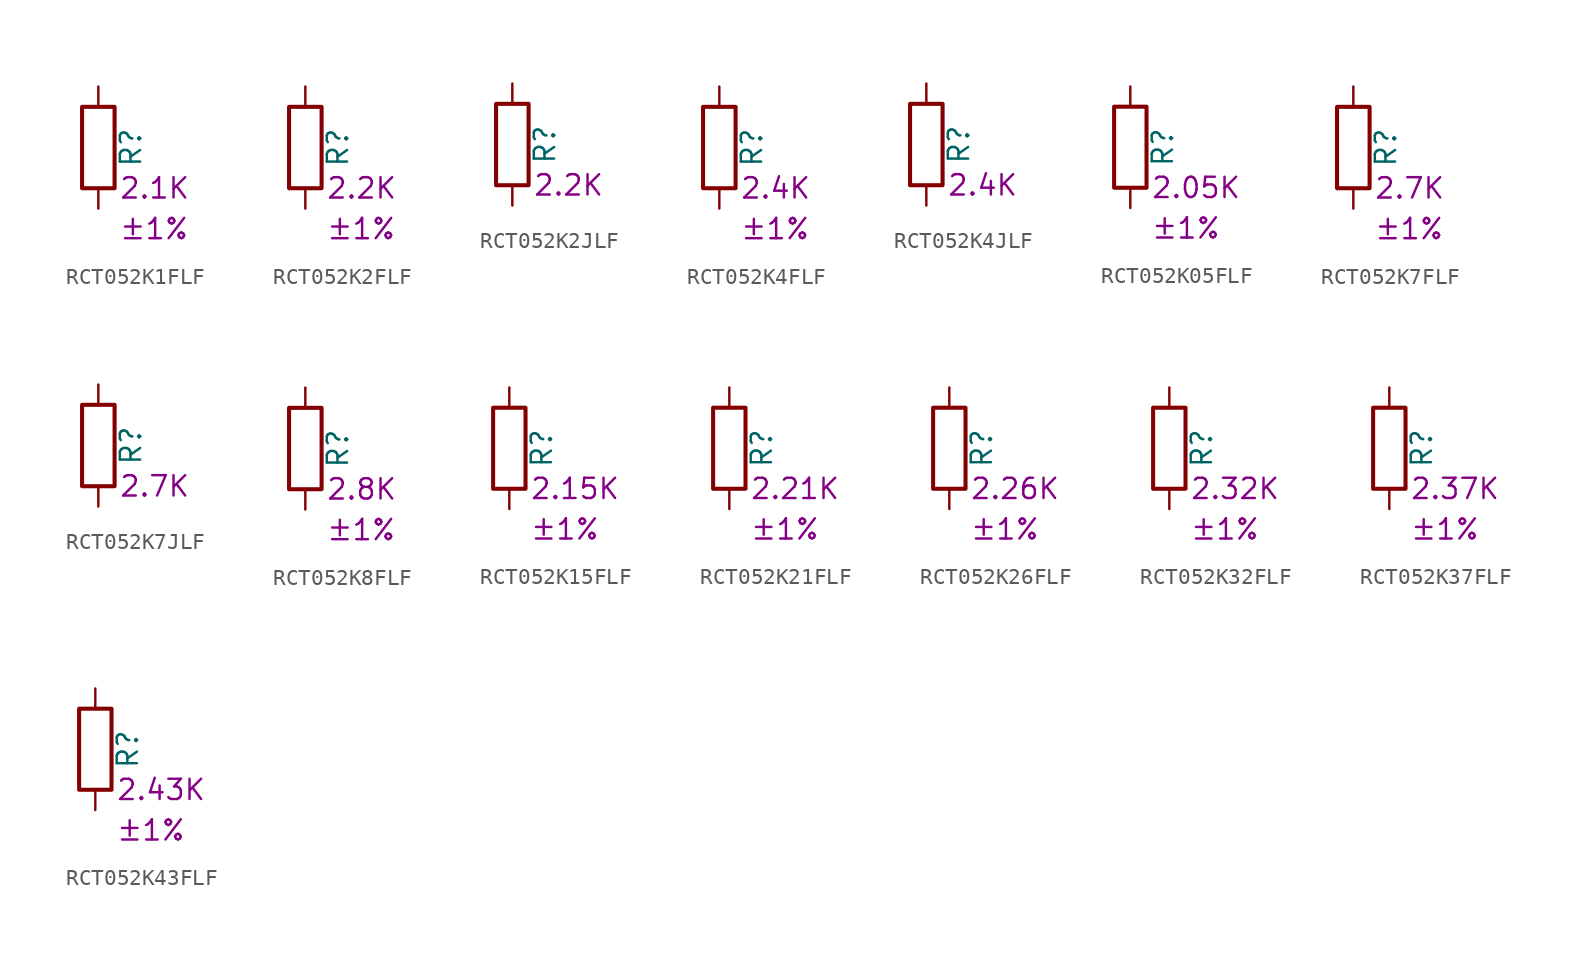
<source format=kicad_sym>
(kicad_symbol_lib
  (version 20220914)
  (generator kicad_symbol_editor)
  (symbol "RCT052K1FLF"
    (pin_numbers hide)
    (pin_names
      (offset 0))
    (property "Reference" "R"
      (at 2.032 0 90)
      (effects (font (size 1.27 1.27))))
    (property "Resistance" "2.1K"
      (at 1.27 -2.54 0)
      (effects (font (size 1.27 1.27)) (justify left)))
    (property "Tolerance" "±1%"
      (at 1.27 -5.08 0)
      (effects (font (size 1.27 1.27)) (justify left)))
    (symbol "RCT052K1FLF_0_1"
      (rectangle (start -1.016 -2.54) (end 1.016 2.54) (stroke (width 0.254) (type default)) (fill (type none))))
    (symbol "RCT052K1FLF_1_1"
      (pin passive line (at 0 3.81 270) (length 1.27) (name "~" (effects (font (size 1.27 1.27)))) (number "1" (effects (font (size 1.27 1.27)))))
      (pin passive line (at 0 -3.81 90) (length 1.27) (name "~" (effects (font (size 1.27 1.27)))) (number "2" (effects (font (size 1.27 1.27)))))))
  (symbol "RCT052K2FLF"
    (pin_numbers hide)
    (pin_names
      (offset 0))
    (property "Reference" "R"
      (at 2.032 0 90)
      (effects (font (size 1.27 1.27))))
    (property "Resistance" "2.2K"
      (at 1.27 -2.54 0)
      (effects (font (size 1.27 1.27)) (justify left)))
    (property "Tolerance" "±1%"
      (at 1.27 -5.08 0)
      (effects (font (size 1.27 1.27)) (justify left)))
    (symbol "RCT052K2FLF_0_1"
      (rectangle (start -1.016 -2.54) (end 1.016 2.54) (stroke (width 0.254) (type default)) (fill (type none))))
    (symbol "RCT052K2FLF_1_1"
      (pin passive line (at 0 3.81 270) (length 1.27) (name "~" (effects (font (size 1.27 1.27)))) (number "1" (effects (font (size 1.27 1.27)))))
      (pin passive line (at 0 -3.81 90) (length 1.27) (name "~" (effects (font (size 1.27 1.27)))) (number "2" (effects (font (size 1.27 1.27)))))))
  (symbol "RCT052K2JLF"
    (pin_numbers hide)
    (pin_names
      (offset 0))
    (property "Reference" "R"
      (at 2.032 0 90)
      (effects (font (size 1.27 1.27))))
    (property "Resistance" "2.2K"
      (at 1.27 -2.54 0)
      (effects (font (size 1.27 1.27)) (justify left)))
    (symbol "RCT052K2JLF_0_1"
      (rectangle (start -1.016 -2.54) (end 1.016 2.54) (stroke (width 0.254) (type default)) (fill (type none))))
    (symbol "RCT052K2JLF_1_1"
      (pin passive line (at 0 3.81 270) (length 1.27) (name "~" (effects (font (size 1.27 1.27)))) (number "1" (effects (font (size 1.27 1.27)))))
      (pin passive line (at 0 -3.81 90) (length 1.27) (name "~" (effects (font (size 1.27 1.27)))) (number "2" (effects (font (size 1.27 1.27)))))))
  (symbol "RCT052K4FLF"
    (pin_numbers hide)
    (pin_names
      (offset 0))
    (property "Reference" "R"
      (at 2.032 0 90)
      (effects (font (size 1.27 1.27))))
    (property "Resistance" "2.4K"
      (at 1.27 -2.54 0)
      (effects (font (size 1.27 1.27)) (justify left)))
    (property "Tolerance" "±1%"
      (at 1.27 -5.08 0)
      (effects (font (size 1.27 1.27)) (justify left)))
    (symbol "RCT052K4FLF_0_1"
      (rectangle (start -1.016 -2.54) (end 1.016 2.54) (stroke (width 0.254) (type default)) (fill (type none))))
    (symbol "RCT052K4FLF_1_1"
      (pin passive line (at 0 3.81 270) (length 1.27) (name "~" (effects (font (size 1.27 1.27)))) (number "1" (effects (font (size 1.27 1.27)))))
      (pin passive line (at 0 -3.81 90) (length 1.27) (name "~" (effects (font (size 1.27 1.27)))) (number "2" (effects (font (size 1.27 1.27)))))))
  (symbol "RCT052K4JLF"
    (pin_numbers hide)
    (pin_names
      (offset 0))
    (property "Reference" "R"
      (at 2.032 0 90)
      (effects (font (size 1.27 1.27))))
    (property "Resistance" "2.4K"
      (at 1.27 -2.54 0)
      (effects (font (size 1.27 1.27)) (justify left)))
    (symbol "RCT052K4JLF_0_1"
      (rectangle (start -1.016 -2.54) (end 1.016 2.54) (stroke (width 0.254) (type default)) (fill (type none))))
    (symbol "RCT052K4JLF_1_1"
      (pin passive line (at 0 3.81 270) (length 1.27) (name "~" (effects (font (size 1.27 1.27)))) (number "1" (effects (font (size 1.27 1.27)))))
      (pin passive line (at 0 -3.81 90) (length 1.27) (name "~" (effects (font (size 1.27 1.27)))) (number "2" (effects (font (size 1.27 1.27)))))))
  (symbol "RCT052K05FLF"
    (pin_numbers hide)
    (pin_names
      (offset 0))
    (property "Reference" "R"
      (at 2.032 0 90)
      (effects (font (size 1.27 1.27))))
    (property "Resistance" "2.05K"
      (at 1.27 -2.54 0)
      (effects (font (size 1.27 1.27)) (justify left)))
    (property "Tolerance" "±1%"
      (at 1.27 -5.08 0)
      (effects (font (size 1.27 1.27)) (justify left)))
    (symbol "RCT052K05FLF_0_1"
      (rectangle (start -1.016 -2.54) (end 1.016 2.54) (stroke (width 0.254) (type default)) (fill (type none))))
    (symbol "RCT052K05FLF_1_1"
      (pin passive line (at 0 3.81 270) (length 1.27) (name "~" (effects (font (size 1.27 1.27)))) (number "1" (effects (font (size 1.27 1.27)))))
      (pin passive line (at 0 -3.81 90) (length 1.27) (name "~" (effects (font (size 1.27 1.27)))) (number "2" (effects (font (size 1.27 1.27)))))))
  (symbol "RCT052K7FLF"
    (pin_numbers hide)
    (pin_names
      (offset 0))
    (property "Reference" "R"
      (at 2.032 0 90)
      (effects (font (size 1.27 1.27))))
    (property "Resistance" "2.7K"
      (at 1.27 -2.54 0)
      (effects (font (size 1.27 1.27)) (justify left)))
    (property "Tolerance" "±1%"
      (at 1.27 -5.08 0)
      (effects (font (size 1.27 1.27)) (justify left)))
    (symbol "RCT052K7FLF_0_1"
      (rectangle (start -1.016 -2.54) (end 1.016 2.54) (stroke (width 0.254) (type default)) (fill (type none))))
    (symbol "RCT052K7FLF_1_1"
      (pin passive line (at 0 3.81 270) (length 1.27) (name "~" (effects (font (size 1.27 1.27)))) (number "1" (effects (font (size 1.27 1.27)))))
      (pin passive line (at 0 -3.81 90) (length 1.27) (name "~" (effects (font (size 1.27 1.27)))) (number "2" (effects (font (size 1.27 1.27)))))))
  (symbol "RCT052K7JLF"
    (pin_numbers hide)
    (pin_names
      (offset 0))
    (property "Reference" "R"
      (at 2.032 0 90)
      (effects (font (size 1.27 1.27))))
    (property "Resistance" "2.7K"
      (at 1.27 -2.54 0)
      (effects (font (size 1.27 1.27)) (justify left)))
    (symbol "RCT052K7JLF_0_1"
      (rectangle (start -1.016 -2.54) (end 1.016 2.54) (stroke (width 0.254) (type default)) (fill (type none))))
    (symbol "RCT052K7JLF_1_1"
      (pin passive line (at 0 3.81 270) (length 1.27) (name "~" (effects (font (size 1.27 1.27)))) (number "1" (effects (font (size 1.27 1.27)))))
      (pin passive line (at 0 -3.81 90) (length 1.27) (name "~" (effects (font (size 1.27 1.27)))) (number "2" (effects (font (size 1.27 1.27)))))))
  (symbol "RCT052K8FLF"
    (pin_numbers hide)
    (pin_names
      (offset 0))
    (property "Reference" "R"
      (at 2.032 0 90)
      (effects (font (size 1.27 1.27))))
    (property "Resistance" "2.8K"
      (at 1.27 -2.54 0)
      (effects (font (size 1.27 1.27)) (justify left)))
    (property "Tolerance" "±1%"
      (at 1.27 -5.08 0)
      (effects (font (size 1.27 1.27)) (justify left)))
    (symbol "RCT052K8FLF_0_1"
      (rectangle (start -1.016 -2.54) (end 1.016 2.54) (stroke (width 0.254) (type default)) (fill (type none))))
    (symbol "RCT052K8FLF_1_1"
      (pin passive line (at 0 3.81 270) (length 1.27) (name "~" (effects (font (size 1.27 1.27)))) (number "1" (effects (font (size 1.27 1.27)))))
      (pin passive line (at 0 -3.81 90) (length 1.27) (name "~" (effects (font (size 1.27 1.27)))) (number "2" (effects (font (size 1.27 1.27)))))))
  (symbol "RCT052K15FLF"
    (pin_numbers hide)
    (pin_names
      (offset 0))
    (property "Reference" "R"
      (at 2.032 0 90)
      (effects (font (size 1.27 1.27))))
    (property "Resistance" "2.15K"
      (at 1.27 -2.54 0)
      (effects (font (size 1.27 1.27)) (justify left)))
    (property "Tolerance" "±1%"
      (at 1.27 -5.08 0)
      (effects (font (size 1.27 1.27)) (justify left)))
    (symbol "RCT052K15FLF_0_1"
      (rectangle (start -1.016 -2.54) (end 1.016 2.54) (stroke (width 0.254) (type default)) (fill (type none))))
    (symbol "RCT052K15FLF_1_1"
      (pin passive line (at 0 3.81 270) (length 1.27) (name "~" (effects (font (size 1.27 1.27)))) (number "1" (effects (font (size 1.27 1.27)))))
      (pin passive line (at 0 -3.81 90) (length 1.27) (name "~" (effects (font (size 1.27 1.27)))) (number "2" (effects (font (size 1.27 1.27)))))))
  (symbol "RCT052K21FLF"
    (pin_numbers hide)
    (pin_names
      (offset 0))
    (property "Reference" "R"
      (at 2.032 0 90)
      (effects (font (size 1.27 1.27))))
    (property "Resistance" "2.21K"
      (at 1.27 -2.54 0)
      (effects (font (size 1.27 1.27)) (justify left)))
    (property "Tolerance" "±1%"
      (at 1.27 -5.08 0)
      (effects (font (size 1.27 1.27)) (justify left)))
    (symbol "RCT052K21FLF_0_1"
      (rectangle (start -1.016 -2.54) (end 1.016 2.54) (stroke (width 0.254) (type default)) (fill (type none))))
    (symbol "RCT052K21FLF_1_1"
      (pin passive line (at 0 3.81 270) (length 1.27) (name "~" (effects (font (size 1.27 1.27)))) (number "1" (effects (font (size 1.27 1.27)))))
      (pin passive line (at 0 -3.81 90) (length 1.27) (name "~" (effects (font (size 1.27 1.27)))) (number "2" (effects (font (size 1.27 1.27)))))))
  (symbol "RCT052K26FLF"
    (pin_numbers hide)
    (pin_names
      (offset 0))
    (property "Reference" "R"
      (at 2.032 0 90)
      (effects (font (size 1.27 1.27))))
    (property "Resistance" "2.26K"
      (at 1.27 -2.54 0)
      (effects (font (size 1.27 1.27)) (justify left)))
    (property "Tolerance" "±1%"
      (at 1.27 -5.08 0)
      (effects (font (size 1.27 1.27)) (justify left)))
    (symbol "RCT052K26FLF_0_1"
      (rectangle (start -1.016 -2.54) (end 1.016 2.54) (stroke (width 0.254) (type default)) (fill (type none))))
    (symbol "RCT052K26FLF_1_1"
      (pin passive line (at 0 3.81 270) (length 1.27) (name "~" (effects (font (size 1.27 1.27)))) (number "1" (effects (font (size 1.27 1.27)))))
      (pin passive line (at 0 -3.81 90) (length 1.27) (name "~" (effects (font (size 1.27 1.27)))) (number "2" (effects (font (size 1.27 1.27)))))))
  (symbol "RCT052K32FLF"
    (pin_numbers hide)
    (pin_names
      (offset 0))
    (property "Reference" "R"
      (at 2.032 0 90)
      (effects (font (size 1.27 1.27))))
    (property "Resistance" "2.32K"
      (at 1.27 -2.54 0)
      (effects (font (size 1.27 1.27)) (justify left)))
    (property "Tolerance" "±1%"
      (at 1.27 -5.08 0)
      (effects (font (size 1.27 1.27)) (justify left)))
    (symbol "RCT052K32FLF_0_1"
      (rectangle (start -1.016 -2.54) (end 1.016 2.54) (stroke (width 0.254) (type default)) (fill (type none))))
    (symbol "RCT052K32FLF_1_1"
      (pin passive line (at 0 3.81 270) (length 1.27) (name "~" (effects (font (size 1.27 1.27)))) (number "1" (effects (font (size 1.27 1.27)))))
      (pin passive line (at 0 -3.81 90) (length 1.27) (name "~" (effects (font (size 1.27 1.27)))) (number "2" (effects (font (size 1.27 1.27)))))))
  (symbol "RCT052K37FLF"
    (pin_numbers hide)
    (pin_names
      (offset 0))
    (property "Reference" "R"
      (at 2.032 0 90)
      (effects (font (size 1.27 1.27))))
    (property "Resistance" "2.37K"
      (at 1.27 -2.54 0)
      (effects (font (size 1.27 1.27)) (justify left)))
    (property "Tolerance" "±1%"
      (at 1.27 -5.08 0)
      (effects (font (size 1.27 1.27)) (justify left)))
    (symbol "RCT052K37FLF_0_1"
      (rectangle (start -1.016 -2.54) (end 1.016 2.54) (stroke (width 0.254) (type default)) (fill (type none))))
    (symbol "RCT052K37FLF_1_1"
      (pin passive line (at 0 3.81 270) (length 1.27) (name "~" (effects (font (size 1.27 1.27)))) (number "1" (effects (font (size 1.27 1.27)))))
      (pin passive line (at 0 -3.81 90) (length 1.27) (name "~" (effects (font (size 1.27 1.27)))) (number "2" (effects (font (size 1.27 1.27)))))))
  (symbol "RCT052K43FLF"
    (pin_numbers hide)
    (pin_names
      (offset 0))
    (property "Reference" "R"
      (at 2.032 0 90)
      (effects (font (size 1.27 1.27))))
    (property "Resistance" "2.43K"
      (at 1.27 -2.54 0)
      (effects (font (size 1.27 1.27)) (justify left)))
    (property "Tolerance" "±1%"
      (at 1.27 -5.08 0)
      (effects (font (size 1.27 1.27)) (justify left)))
    (symbol "RCT052K43FLF_0_1"
      (rectangle (start -1.016 -2.54) (end 1.016 2.54) (stroke (width 0.254) (type default)) (fill (type none))))
    (symbol "RCT052K43FLF_1_1"
      (pin passive line (at 0 3.81 270) (length 1.27) (name "~" (effects (font (size 1.27 1.27)))) (number "1" (effects (font (size 1.27 1.27)))))
      (pin passive line (at 0 -3.81 90) (length 1.27) (name "~" (effects (font (size 1.27 1.27)))) (number "2" (effects (font (size 1.27 1.27))))))))
</source>
